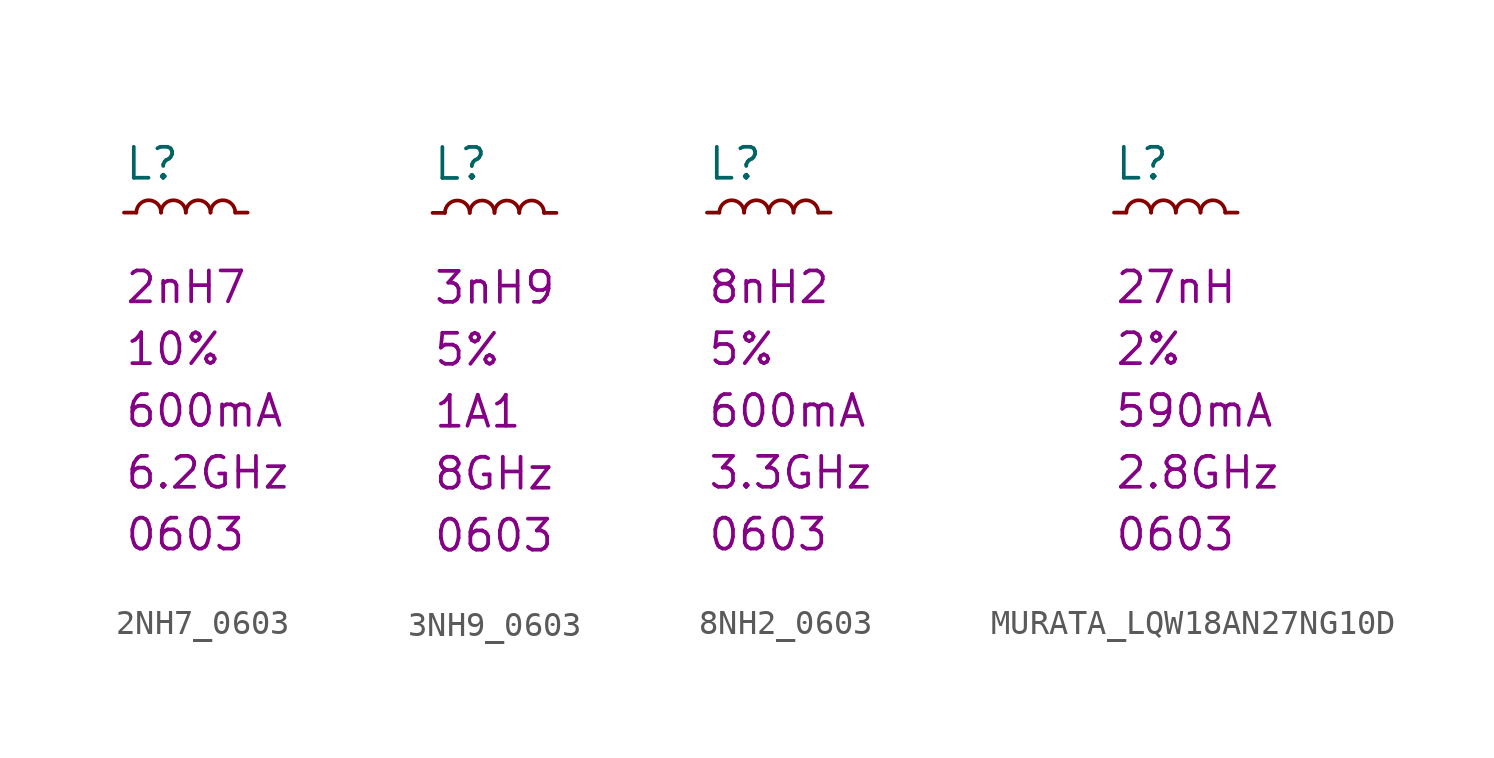
<source format=kicad_sym>
(kicad_symbol_lib
  (version 20211014)
  (generator kicad_symbol_editor)
  (symbol "2NH7_0603"
    (pin_numbers hide)
    (pin_names
      (offset 0.254) hide)
    (property "Reference" "L"
      (at 0 1.27 0)
      (effects (font (size 1.27 1.27)) (justify left bottom)))
    (property "Current" "600mA"
      (at 0 -8.89 0)
      (effects (font (size 1.27 1.27)) (justify left bottom)))
    (property "Tolerance" "10%"
      (at 0 -6.35 0)
      (effects (font (size 1.27 1.27)) (justify left bottom)))
    (property "Res. Frequency" "6.2GHz"
      (at 0 -11.43 0)
      (effects (font (size 1.27 1.27)) (justify left bottom)))
    (property "Package" "0603"
      (at 0 -13.97 0)
      (effects (font (size 1.27 1.27)) (justify left bottom)))
    (property "Inductance" "2nH7"
      (at 0 -3.81 0)
      (effects (font (size 1.27 1.27)) (justify left bottom)))
    (symbol "2NH7_0603_0_1"
      (arc (start 1.524 0) (mid 1.016 0.508) (end 0.508 0) (stroke (width 0) (type default) (color 0 0 0 0)) (fill (type none)))
      (arc (start 2.54 0) (mid 2.032 0.508) (end 1.524 0) (stroke (width 0) (type default) (color 0 0 0 0)) (fill (type none)))
      (arc (start 3.556 0) (mid 3.048 0.508) (end 2.54 0) (stroke (width 0) (type default) (color 0 0 0 0)) (fill (type none)))
      (arc (start 4.572 0) (mid 4.064 0.508) (end 3.556 0) (stroke (width 0) (type default) (color 0 0 0 0)) (fill (type none))))
    (symbol "2NH7_0603_1_1"
      (pin passive line (at 0 0 0) (length 0.508) (name "~" (effects (font (size 1.27 1.27)))) (number "1" (effects (font (size 1.27 1.27)))))
      (pin passive line (at 5.08 0 180) (length 0.508) (name "~" (effects (font (size 1.27 1.27)))) (number "2" (effects (font (size 1.27 1.27)))))))
  (symbol "3NH9_0603"
    (pin_numbers hide)
    (pin_names
      (offset 0.254) hide)
    (property "Reference" "L"
      (at 0 1.27 0)
      (effects (font (size 1.27 1.27)) (justify left bottom)))
    (property "Current" "1A1"
      (at 0 -8.89 0)
      (effects (font (size 1.27 1.27)) (justify left bottom)))
    (property "Tolerance" "5%"
      (at 0 -6.35 0)
      (effects (font (size 1.27 1.27)) (justify left bottom)))
    (property "Res. Frequency" "8GHz"
      (at 0 -11.43 0)
      (effects (font (size 1.27 1.27)) (justify left bottom)))
    (property "Package" "0603"
      (at 0 -13.97 0)
      (effects (font (size 1.27 1.27)) (justify left bottom)))
    (property "Inductance" "3nH9"
      (at 0 -3.81 0)
      (effects (font (size 1.27 1.27)) (justify left bottom)))
    (symbol "3NH9_0603_0_1"
      (arc (start 1.524 0) (mid 1.016 0.508) (end 0.508 0) (stroke (width 0) (type default) (color 0 0 0 0)) (fill (type none)))
      (arc (start 2.54 0) (mid 2.032 0.508) (end 1.524 0) (stroke (width 0) (type default) (color 0 0 0 0)) (fill (type none)))
      (arc (start 3.556 0) (mid 3.048 0.508) (end 2.54 0) (stroke (width 0) (type default) (color 0 0 0 0)) (fill (type none)))
      (arc (start 4.572 0) (mid 4.064 0.508) (end 3.556 0) (stroke (width 0) (type default) (color 0 0 0 0)) (fill (type none))))
    (symbol "3NH9_0603_1_1"
      (pin passive line (at 0 0 0) (length 0.508) (name "~" (effects (font (size 1.27 1.27)))) (number "1" (effects (font (size 1.27 1.27)))))
      (pin passive line (at 5.08 0 180) (length 0.508) (name "~" (effects (font (size 1.27 1.27)))) (number "2" (effects (font (size 1.27 1.27)))))))
  (symbol "8NH2_0603"
    (pin_numbers hide)
    (pin_names
      (offset 0.254) hide)
    (property "Reference" "L"
      (at 0 1.27 0)
      (effects (font (size 1.27 1.27)) (justify left bottom)))
    (property "Current" "600mA"
      (at 0 -8.89 0)
      (effects (font (size 1.27 1.27)) (justify left bottom)))
    (property "Tolerance" "5%"
      (at 0 -6.35 0)
      (effects (font (size 1.27 1.27)) (justify left bottom)))
    (property "Res. Frequency" "3.3GHz"
      (at 0 -11.43 0)
      (effects (font (size 1.27 1.27)) (justify left bottom)))
    (property "Package" "0603"
      (at 0 -13.97 0)
      (effects (font (size 1.27 1.27)) (justify left bottom)))
    (property "Inductance" "8nH2"
      (at 0 -3.81 0)
      (effects (font (size 1.27 1.27)) (justify left bottom)))
    (symbol "8NH2_0603_0_1"
      (arc (start 1.524 0) (mid 1.016 0.508) (end 0.508 0) (stroke (width 0) (type default) (color 0 0 0 0)) (fill (type none)))
      (arc (start 2.54 0) (mid 2.032 0.508) (end 1.524 0) (stroke (width 0) (type default) (color 0 0 0 0)) (fill (type none)))
      (arc (start 3.556 0) (mid 3.048 0.508) (end 2.54 0) (stroke (width 0) (type default) (color 0 0 0 0)) (fill (type none)))
      (arc (start 4.572 0) (mid 4.064 0.508) (end 3.556 0) (stroke (width 0) (type default) (color 0 0 0 0)) (fill (type none))))
    (symbol "8NH2_0603_1_1"
      (pin passive line (at 0 0 0) (length 0.508) (name "~" (effects (font (size 1.27 1.27)))) (number "1" (effects (font (size 1.27 1.27)))))
      (pin passive line (at 5.08 0 180) (length 0.508) (name "~" (effects (font (size 1.27 1.27)))) (number "2" (effects (font (size 1.27 1.27)))))))
  (symbol "MURATA_LQW18AN27NG10D"
    (pin_numbers hide)
    (pin_names
      (offset 0.254) hide)
    (property "Reference" "L"
      (at 0 1.27 0)
      (effects (font (size 1.27 1.27)) (justify left bottom)))
    (property "Current" "590mA"
      (at 0 -8.89 0)
      (effects (font (size 1.27 1.27)) (justify left bottom)))
    (property "Tolerance" "2%"
      (at 0 -6.35 0)
      (effects (font (size 1.27 1.27)) (justify left bottom)))
    (property "Res. Frequency" "2.8GHz"
      (at 0 -11.43 0)
      (effects (font (size 1.27 1.27)) (justify left bottom)))
    (property "Package" "0603"
      (at 0 -13.97 0)
      (effects (font (size 1.27 1.27)) (justify left bottom)))
    (property "Inductance" "27nH"
      (at 0 -3.81 0)
      (effects (font (size 1.27 1.27)) (justify left bottom)))
    (symbol "MURATA_LQW18AN27NG10D_0_1"
      (arc (start 1.524 0) (mid 1.016 0.508) (end 0.508 0) (stroke (width 0) (type default) (color 0 0 0 0)) (fill (type none)))
      (arc (start 2.54 0) (mid 2.032 0.508) (end 1.524 0) (stroke (width 0) (type default) (color 0 0 0 0)) (fill (type none)))
      (arc (start 3.556 0) (mid 3.048 0.508) (end 2.54 0) (stroke (width 0) (type default) (color 0 0 0 0)) (fill (type none)))
      (arc (start 4.572 0) (mid 4.064 0.508) (end 3.556 0) (stroke (width 0) (type default) (color 0 0 0 0)) (fill (type none))))
    (symbol "MURATA_LQW18AN27NG10D_1_1"
      (pin passive line (at 0 0 0) (length 0.508) (name "~" (effects (font (size 1.27 1.27)))) (number "1" (effects (font (size 1.27 1.27)))))
      (pin passive line (at 5.08 0 180) (length 0.508) (name "~" (effects (font (size 1.27 1.27)))) (number "2" (effects (font (size 1.27 1.27))))))))
</source>
